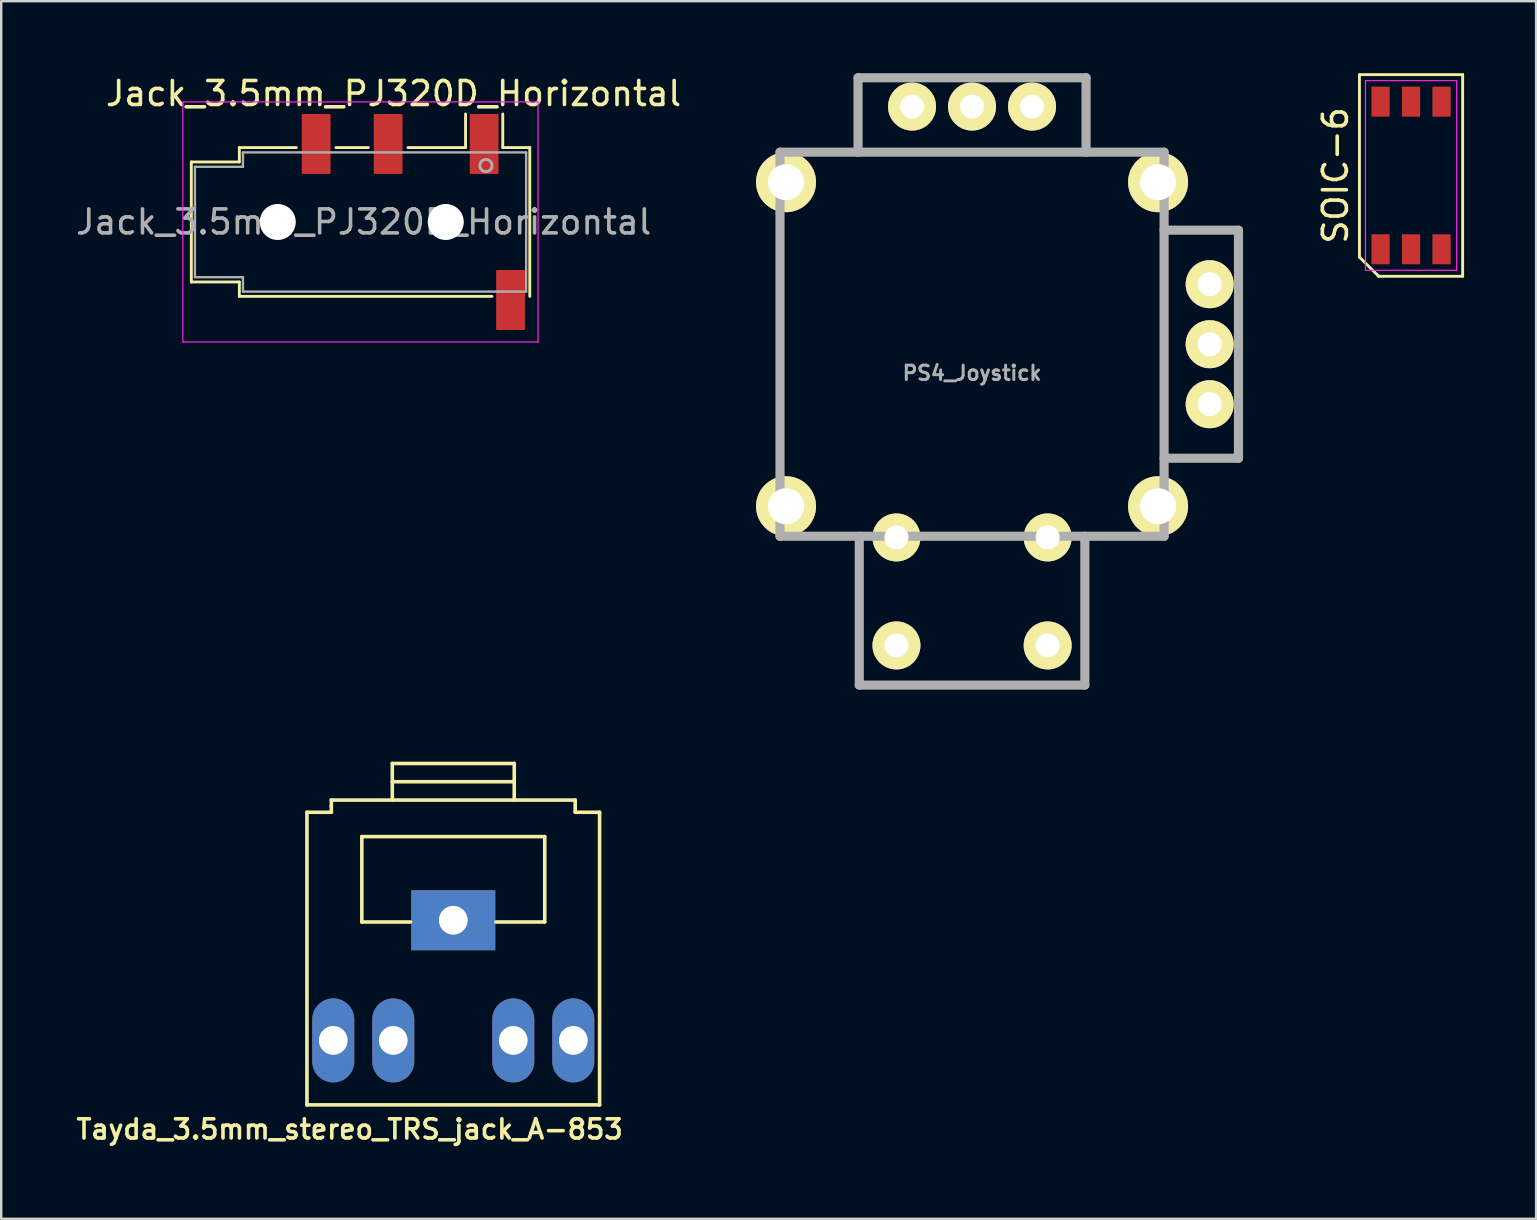
<source format=kicad_pcb>
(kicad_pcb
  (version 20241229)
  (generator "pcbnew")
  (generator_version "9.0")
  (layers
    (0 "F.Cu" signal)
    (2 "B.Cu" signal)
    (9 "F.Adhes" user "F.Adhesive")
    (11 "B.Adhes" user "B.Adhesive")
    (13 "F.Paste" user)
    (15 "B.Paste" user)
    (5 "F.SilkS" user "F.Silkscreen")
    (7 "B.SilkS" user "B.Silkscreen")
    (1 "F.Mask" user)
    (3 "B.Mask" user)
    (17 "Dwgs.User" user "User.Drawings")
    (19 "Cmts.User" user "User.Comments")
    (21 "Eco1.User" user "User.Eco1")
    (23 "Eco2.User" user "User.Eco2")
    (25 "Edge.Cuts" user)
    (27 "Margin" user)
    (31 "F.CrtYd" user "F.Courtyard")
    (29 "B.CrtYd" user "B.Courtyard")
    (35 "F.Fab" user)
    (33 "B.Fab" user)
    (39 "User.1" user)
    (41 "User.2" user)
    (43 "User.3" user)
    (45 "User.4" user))
  (footprint "SOIC-6"
    (layer "F.Cu")
    (at 55.736 4.26)
    (property "Reference" "SOIC-6" (at -3.15 0 90) (layer "F.SilkS") (effects (font (size 1 1) (thickness 0.15))))
    (attr smd)
    (fp_line (start -2.15 -4.2) (end 2.15 -4.2) (stroke (width 0.12) (type solid)) (layer "F.SilkS"))
    (fp_line (start -2.15 3.4) (end -2.15 -4.2) (stroke (width 0.12) (type solid)) (layer "F.SilkS"))
    (fp_line (start -1.35 4.2) (end -2.15 3.4) (stroke (width 0.12) (type solid)) (layer "F.SilkS"))
    (fp_line (start 2.15 -4.2) (end 2.15 4.2) (stroke (width 0.12) (type solid)) (layer "F.SilkS"))
    (fp_line (start 2.15 4.2) (end -1.35 4.2) (stroke (width 0.12) (type solid)) (layer "F.SilkS"))
    (fp_line (start -1.9 -3.95) (end 1.9 -3.95) (stroke (width 0.05) (type solid)) (layer "F.CrtYd"))
    (fp_line (start -1.9 3.95) (end -1.9 -3.95) (stroke (width 0.05) (type solid)) (layer "F.CrtYd"))
    (fp_line (start 1.9 -3.95) (end 1.9 3.95) (stroke (width 0.05) (type solid)) (layer "F.CrtYd"))
    (fp_line (start 1.9 3.95) (end -1.9 3.95) (stroke (width 0.05) (type solid)) (layer "F.CrtYd"))
    (pad "1" smd rect (at -1.27 3.075) (size 0.76 1.25) (layers "F.Cu" "F.Mask" "F.Paste"))
    (pad "2" smd rect (at 0 3.075) (size 0.76 1.25) (layers "F.Cu" "F.Mask" "F.Paste"))
    (pad "3" smd rect (at 1.27 3.075) (size 0.76 1.25) (layers "F.Cu" "F.Mask" "F.Paste"))
    (pad "4" smd rect (at 1.27 -3.075) (size 0.76 1.25) (layers "F.Cu" "F.Mask" "F.Paste"))
    (pad "5" smd rect (at 0 -3.075) (size 0.76 1.25) (layers "F.Cu" "F.Mask" "F.Paste"))
    (pad "6" smd rect (at -1.27 -3.075) (size 0.76 1.25) (layers "F.Cu" "F.Mask" "F.Paste")))
  (footprint "PS4_Joystick"
    (layer "F.Cu")
    (at 37.447 11.29)
    (property "Reference" "PS4_Joystick" (at 0 1.2 0) (layer "F.Fab") (effects (font (size 0.599 0.599) (thickness 0.124))))
    (attr through_hole)
    (fp_line (start -8.001 -8.001) (end 8.001 -8.001) (stroke (width 0.381) (type solid)) (layer "F.Fab"))
    (fp_line (start -8.001 8.001) (end -8.001 -8.001) (stroke (width 0.381) (type solid)) (layer "F.Fab"))
    (fp_line (start -4.75 -11.1) (end 4.75 -11.1) (stroke (width 0.381) (type solid)) (layer "F.Fab"))
    (fp_line (start -4.75 -8.001) (end -4.75 -11.1) (stroke (width 0.381) (type solid)) (layer "F.Fab"))
    (fp_line (start -4.699 8.001) (end -4.699 14.201) (stroke (width 0.381) (type solid)) (layer "F.Fab"))
    (fp_line (start -4.699 14.201) (end 4.699 14.201) (stroke (width 0.381) (type solid)) (layer "F.Fab"))
    (fp_line (start 4.699 14.201) (end 4.699 8.001) (stroke (width 0.381) (type solid)) (layer "F.Fab"))
    (fp_line (start 4.75 -11.1) (end 4.75 -8.001) (stroke (width 0.381) (type solid)) (layer "F.Fab"))
    (fp_line (start 8.001 -8.001) (end 8.001 8.001) (stroke (width 0.381) (type solid)) (layer "F.Fab"))
    (fp_line (start 8.001 -4.75) (end 11.1 -4.75) (stroke (width 0.381) (type solid)) (layer "F.Fab"))
    (fp_line (start 8.001 8.001) (end -8.001 8.001) (stroke (width 0.381) (type solid)) (layer "F.Fab"))
    (fp_line (start 11.1 -4.75) (end 11.1 4.75) (stroke (width 0.381) (type solid)) (layer "F.Fab"))
    (fp_line (start 11.1 4.75) (end 8.001 4.75) (stroke (width 0.381) (type solid)) (layer "F.Fab"))
    (pad "GND" thru_hole circle (at -7.75 -6.75) (size 2.5 2.5) (drill 1.5) (layers "*.Cu" "*.Mask" "F.SilkS"))
    (pad "GND" thru_hole circle (at -7.75 6.75) (size 2.5 2.5) (drill 1.5) (layers "*.Cu" "*.Mask" "F.SilkS"))
    (pad "GND" thru_hole circle (at 7.75 -6.75) (size 2.5 2.5) (drill 1.5) (layers "*.Cu" "*.Mask" "F.SilkS"))
    (pad "GND" thru_hole circle (at 7.75 6.75) (size 2.5 2.5) (drill 1.5) (layers "*.Cu" "*.Mask" "F.SilkS"))
    (pad "SW1" thru_hole circle (at -3.15 8.05) (size 1.999 1.999) (drill 1.001) (layers "*.Cu" "*.Mask" "F.SilkS"))
    (pad "SW1" thru_hole circle (at 3.15 8.05) (size 1.999 1.999) (drill 1.001) (layers "*.Cu" "*.Mask" "F.SilkS"))
    (pad "SW2" thru_hole circle (at -3.15 12.55) (size 1.999 1.999) (drill 1.001) (layers "*.Cu" "*.Mask" "F.SilkS"))
    (pad "SW2" thru_hole circle (at 3.15 12.55) (size 1.999 1.999) (drill 1.001) (layers "*.Cu" "*.Mask" "F.SilkS"))
    (pad "X1" thru_hole circle (at 9.9 -2.5) (size 2 2) (drill 1) (layers "*.Cu" "*.Mask" "F.SilkS"))
    (pad "X2" thru_hole circle (at 9.9 0) (size 2 2) (drill 1) (layers "*.Cu" "*.Mask" "F.SilkS"))
    (pad "X3" thru_hole circle (at 9.9 2.5) (size 2 2) (drill 1) (layers "*.Cu" "*.Mask" "F.SilkS"))
    (pad "Y1" thru_hole circle (at -2.5 -9.9) (size 2 2) (drill 1) (layers "*.Cu" "*.Mask" "F.SilkS"))
    (pad "Y2" thru_hole circle (at 0 -9.9) (size 2 2) (drill 1) (layers "*.Cu" "*.Mask" "F.SilkS"))
    (pad "Y3" thru_hole circle (at 2.499 -9.9) (size 2 2) (drill 1) (layers "*.Cu" "*.Mask" "F.SilkS")))
  (footprint "Jack_3.5mm_PJ320D_Horizontal"
    (layer "F.Cu")
    (at 13.296 6.198)
    (property "Reference" "Jack_3.5mm_PJ320D_Horizontal" (at 0.05 -5.35 0) (layer "F.SilkS") (effects (font (size 1 1) (thickness 0.15))))
    (attr smd)
    (fp_line (start -8.375 -2.5) (end -8.375 2.5) (stroke (width 0.12) (type solid)) (layer "F.SilkS"))
    (fp_line (start -6.375 -3.1) (end -6.375 -2.5) (stroke (width 0.12) (type solid)) (layer "F.SilkS"))
    (fp_line (start -6.375 -3.1) (end -4 -3.1) (stroke (width 0.12) (type solid)) (layer "F.SilkS"))
    (fp_line (start -6.375 -2.5) (end -8.375 -2.5) (stroke (width 0.12) (type solid)) (layer "F.SilkS"))
    (fp_line (start -6.375 2.5) (end -8.375 2.5) (stroke (width 0.12) (type solid)) (layer "F.SilkS"))
    (fp_line (start -6.375 2.5) (end -6.375 3.1) (stroke (width 0.12) (type solid)) (layer "F.SilkS"))
    (fp_line (start -2.35 -3.1) (end -1 -3.1) (stroke (width 0.12) (type solid)) (layer "F.SilkS"))
    (fp_line (start 0.65 -3.1) (end 3.05 -3.1) (stroke (width 0.12) (type solid)) (layer "F.SilkS"))
    (fp_line (start 3.05 -3.1) (end 3.05 -4.5) (stroke (width 0.12) (type solid)) (layer "F.SilkS"))
    (fp_line (start 4.15 3.1) (end -6.375 3.1) (stroke (width 0.12) (type solid)) (layer "F.SilkS"))
    (fp_line (start 4.6 -3.1) (end 4.6 -4.5) (stroke (width 0.12) (type solid)) (layer "F.SilkS"))
    (fp_line (start 4.6 -3.1) (end 5.725 -3.1) (stroke (width 0.12) (type solid)) (layer "F.SilkS"))
    (fp_line (start 5.725 3.1) (end 5.725 -3.1) (stroke (width 0.12) (type solid)) (layer "F.SilkS"))
    (fp_line (start -8.73 -5) (end 6.07 -5) (stroke (width 0.05) (type solid)) (layer "F.CrtYd"))
    (fp_line (start -8.73 5) (end -8.73 -5) (stroke (width 0.05) (type solid)) (layer "F.CrtYd"))
    (fp_line (start -8.73 5) (end 6.07 5) (stroke (width 0.05) (type solid)) (layer "F.CrtYd"))
    (fp_line (start 6.07 5) (end 6.07 -5) (stroke (width 0.05) (type solid)) (layer "F.CrtYd"))
    (fp_line (start -8.225 -2.3) (end -6.225 -2.3) (stroke (width 0.1) (type solid)) (layer "F.Fab"))
    (fp_line (start -8.225 2.3) (end -8.225 -2.3) (stroke (width 0.1) (type solid)) (layer "F.Fab"))
    (fp_line (start -6.225 -2.9) (end 5.575 -2.9) (stroke (width 0.1) (type solid)) (layer "F.Fab"))
    (fp_line (start -6.225 -2.3) (end -6.225 -2.9) (stroke (width 0.1) (type solid)) (layer "F.Fab"))
    (fp_line (start -6.225 2.3) (end -8.225 2.3) (stroke (width 0.1) (type solid)) (layer "F.Fab"))
    (fp_line (start -6.225 2.9) (end -6.225 2.3) (stroke (width 0.1) (type solid)) (layer "F.Fab"))
    (fp_line (start 5.575 -2.9) (end 5.575 2.9) (stroke (width 0.1) (type solid)) (layer "F.Fab"))
    (fp_line (start 5.575 2.9) (end -6.225 2.9) (stroke (width 0.1) (type solid)) (layer "F.Fab"))
    (fp_circle (center 3.9 -2.35) (end 3.95 -2.1) (stroke (width 0.12) (type solid)) (fill no) (layer "F.Fab"))
    (fp_text user "${REFERENCE}" (at -1.195 0 0) (layer "F.Fab") (effects (font (size 1 1) (thickness 0.15))))
    (pad "" np_thru_hole circle (at -4.775 0) (size 1.5 1.5) (drill 1.5) (layers "*.Cu" "*.Mask"))
    (pad "" np_thru_hole circle (at 2.225 0) (size 1.5 1.5) (drill 1.5) (layers "*.Cu" "*.Mask"))
    (pad "R1" smd rect (at 3.825 -3.25) (size 1.2 2.5) (layers "F.Cu" "F.Mask" "F.Paste"))
    (pad "R2" smd rect (at -0.175 -3.25) (size 1.2 2.5) (layers "F.Cu" "F.Mask" "F.Paste"))
    (pad "S" smd rect (at -3.175 -3.25) (size 1.2 2.5) (layers "F.Cu" "F.Mask" "F.Paste"))
    (pad "T" smd rect (at 4.925 3.25) (size 1.2 2.5) (layers "F.Cu" "F.Mask" "F.Paste")))
  (footprint "Tayda_3.5mm_stereo_TRS_jack_A-853"
    (layer "F.Cu")
    (at 15.834 36.885)
    (property "Reference" "Tayda_3.5mm_stereo_TRS_jack_A-853" (at -4.318 7.112 0) (layer "F.SilkS") (effects (font (size 0.8 0.8) (thickness 0.15))))
    (attr through_hole)
    (fp_line (start -6.096 6.096) (end -6.096 -6.096) (stroke (width 0.15) (type solid)) (layer "F.SilkS"))
    (fp_line (start -5.08 -6.604) (end 5.08 -6.604) (stroke (width 0.15) (type solid)) (layer "F.SilkS"))
    (fp_line (start -5.08 -6.35) (end -5.08 -6.604) (stroke (width 0.15) (type solid)) (layer "F.SilkS"))
    (fp_line (start -5.08 -6.096) (end -6.096 -6.096) (stroke (width 0.15) (type solid)) (layer "F.SilkS"))
    (fp_line (start -5.08 -6.096) (end -5.08 -6.35) (stroke (width 0.15) (type solid)) (layer "F.SilkS"))
    (fp_line (start -3.81 -5.08) (end 3.81 -5.08) (stroke (width 0.15) (type solid)) (layer "F.SilkS"))
    (fp_line (start -3.81 -1.524) (end -3.81 -5.08) (stroke (width 0.15) (type solid)) (layer "F.SilkS"))
    (fp_line (start -2.54 -8.128) (end -2.54 -6.604) (stroke (width 0.15) (type solid)) (layer "F.SilkS"))
    (fp_line (start -2.54 -8.128) (end 2.54 -8.128) (stroke (width 0.15) (type solid)) (layer "F.SilkS"))
    (fp_line (start -2.54 -7.366) (end 2.54 -7.366) (stroke (width 0.15) (type solid)) (layer "F.SilkS"))
    (fp_line (start -1.778 -1.524) (end -3.81 -1.524) (stroke (width 0.15) (type solid)) (layer "F.SilkS"))
    (fp_line (start 2.54 -6.604) (end 2.54 -8.128) (stroke (width 0.15) (type solid)) (layer "F.SilkS"))
    (fp_line (start 3.81 -5.08) (end 3.81 -1.524) (stroke (width 0.15) (type solid)) (layer "F.SilkS"))
    (fp_line (start 3.81 -1.524) (end 1.778 -1.524) (stroke (width 0.15) (type solid)) (layer "F.SilkS"))
    (fp_line (start 5.08 -6.604) (end 5.08 -6.096) (stroke (width 0.15) (type solid)) (layer "F.SilkS"))
    (fp_line (start 6.096 -6.096) (end 5.08 -6.096) (stroke (width 0.15) (type solid)) (layer "F.SilkS"))
    (fp_line (start 6.096 -6.096) (end 6.096 6.096) (stroke (width 0.15) (type solid)) (layer "F.SilkS"))
    (fp_line (start 6.096 6.096) (end -6.096 6.096) (stroke (width 0.15) (type solid)) (layer "F.SilkS"))
    (pad "G" thru_hole rect (at 0 -1.596) (size 3.5 2.5) (drill 1.2) (layers "*.Cu" "*.Mask"))
    (pad "S" thru_hole oval (at -5 3.41) (size 1.75 3.5) (drill 1.2) (layers "*.Cu" "*.Mask"))
    (pad "SN" thru_hole oval (at -2.5 3.41) (size 1.75 3.5) (drill 1.2) (layers "*.Cu" "*.Mask"))
    (pad "T" thru_hole oval (at 5 3.41) (size 1.75 3.5) (drill 1.2) (layers "*.Cu" "*.Mask"))
    (pad "TN" thru_hole oval (at 2.5 3.41) (size 1.75 3.5) (drill 1.2) (layers "*.Cu" "*.Mask")))
  (gr_rect
    (start -3 -3)
    (end 60.946 47.728)
    (stroke (width 0.1) (type default))
    (fill no)
    (layer "Edge.Cuts")))
</source>
